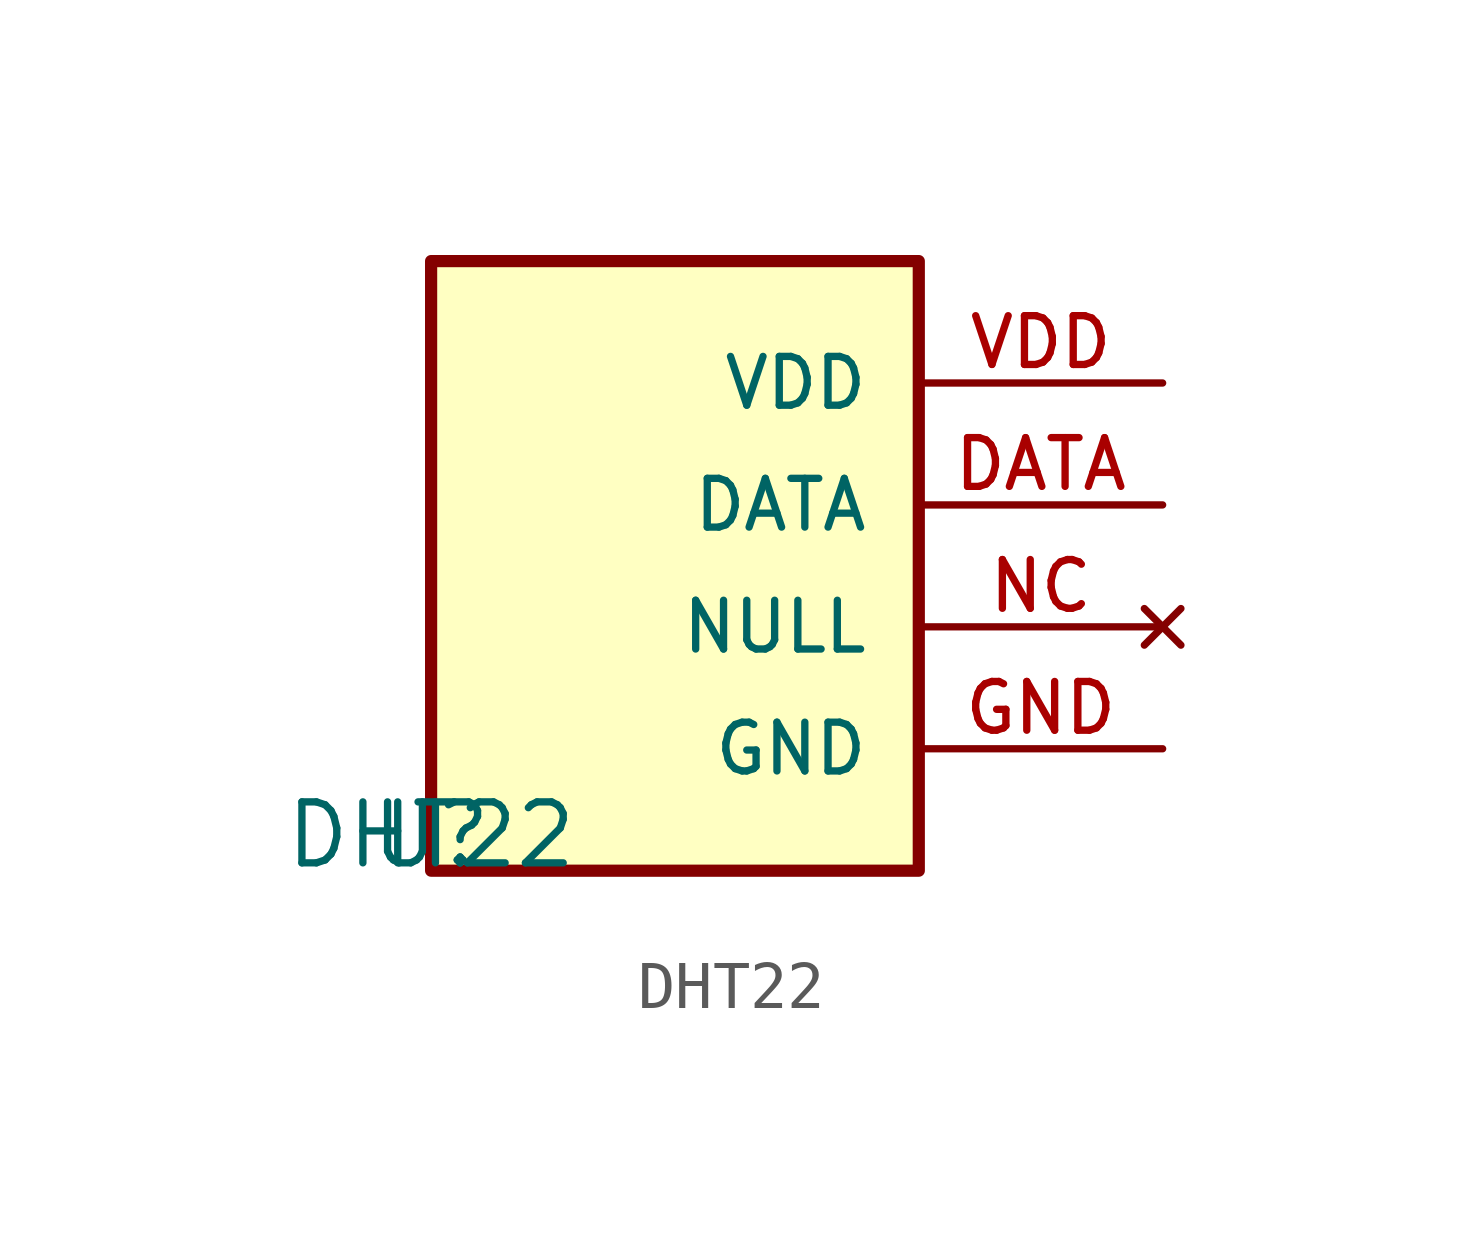
<source format=kicad_sym>
(kicad_symbol_lib
  (version 20211014)
  (generator kicad_symbol_editor)
  (symbol "DHT22"
    (pin_names
      (offset 1.016))
    (property "Reference" "U"
      (at 0 0 0)
      (effects (font (size 1.27 1.27)) (justify bottom)))
    (property "Value" "DHT22"
      (at 0 0.0 0)
      (effects (font (size 1.27 1.27)) (justify bottom)))
    (symbol "DHT22_0_0"
      (rectangle (start -8.881784197e-16 8.881784197e-16) (end 10.16 12.7) (stroke (width 0.254)) (fill (type background)))
      (pin power_in line (at 15.24 10.16 180.0) (length 5.08) (name "VDD" (effects (font (size 1.016 1.016)))) (number "VDD" (effects (font (size 1.016 1.016)))))
      (pin output line (at 15.24 7.62 180.0) (length 5.08) (name "DATA" (effects (font (size 1.016 1.016)))) (number "DATA" (effects (font (size 1.016 1.016)))))
      (pin no_connect line (at 15.24 5.08 180.0) (length 5.08) (name "NULL" (effects (font (size 1.016 1.016)))) (number "NC" (effects (font (size 1.016 1.016)))))
      (pin power_in line (at 15.24 2.54 180.0) (length 5.08) (name "GND" (effects (font (size 1.016 1.016)))) (number "GND" (effects (font (size 1.016 1.016))))))))
</source>
